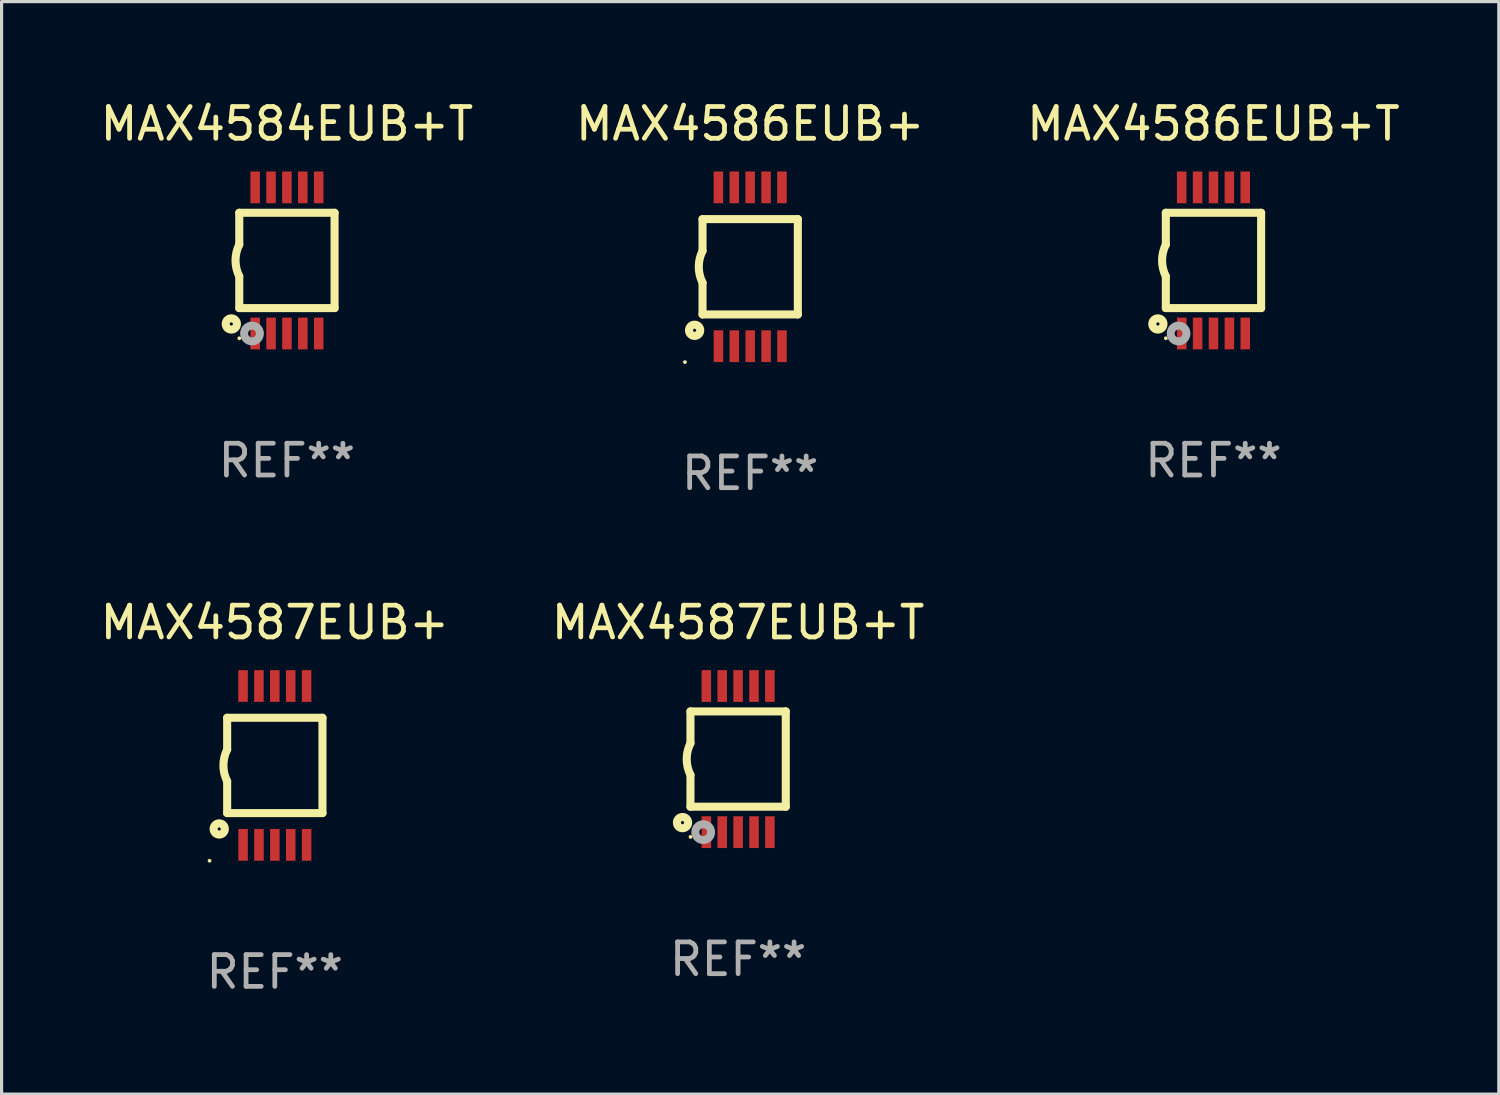
<source format=kicad_pcb>
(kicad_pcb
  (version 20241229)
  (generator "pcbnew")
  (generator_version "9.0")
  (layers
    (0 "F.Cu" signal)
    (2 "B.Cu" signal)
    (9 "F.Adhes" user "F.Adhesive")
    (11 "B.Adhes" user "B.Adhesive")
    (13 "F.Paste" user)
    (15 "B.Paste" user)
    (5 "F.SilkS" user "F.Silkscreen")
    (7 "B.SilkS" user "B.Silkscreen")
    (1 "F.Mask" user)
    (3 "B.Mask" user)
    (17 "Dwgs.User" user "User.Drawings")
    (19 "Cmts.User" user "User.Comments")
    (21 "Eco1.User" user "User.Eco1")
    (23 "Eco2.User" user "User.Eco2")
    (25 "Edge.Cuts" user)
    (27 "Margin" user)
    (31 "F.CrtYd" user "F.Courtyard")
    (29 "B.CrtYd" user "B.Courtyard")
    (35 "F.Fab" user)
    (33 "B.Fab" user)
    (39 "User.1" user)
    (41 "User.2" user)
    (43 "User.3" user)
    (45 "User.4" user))
  (footprint "MAX4587EUB+"
    (layer "F.Cu")
    (at 5.601 21.045)
    (property "Reference" "MAX4587EUB+" (at 0 -4.5 0) (layer "F.SilkS") (effects (font (size 1 1) (thickness 0.15))))
    (attr through_hole)
    (fp_line (start -1.5 -1.5) (end -1.5 -0.5) (stroke (width 0.254) (type solid)) (layer "F.SilkS"))
    (fp_line (start -1.5 1.5) (end -1.5 0.5) (stroke (width 0.254) (type solid)) (layer "F.SilkS"))
    (fp_line (start -1.5 1.5) (end 1.5 1.5) (stroke (width 0.254) (type solid)) (layer "F.SilkS"))
    (fp_line (start 1.5 1.5) (end 1.5 -1.5) (stroke (width 0.254) (type solid)) (layer "F.SilkS"))
    (fp_line (start 1.5 -1.5) (end -1.5 -1.5) (stroke (width 0.254) (type solid)) (layer "F.SilkS"))
    (fp_arc (start -1.500165 0.499873) (mid -1.618199 -0.000127) (end -1.500165 -0.500127) (stroke (width 0.254001) (type solid)) (layer "F.SilkS"))
    (fp_circle (center -2.054 3) (end -2.024 3) (stroke (width 0.06) (type solid)) (fill no) (layer "F.SilkS"))
    (fp_circle (center -1.75 2) (end -1.573 2) (stroke (width 0.254) (type solid)) (fill no) (layer "F.SilkS"))
    (fp_text user "REF**" (at 0 6.5 0) (layer "F.Fab") (effects (font (size 1 1) (thickness 0.15))))
    (pad "1" smd rect (at -0.999 2.5 180) (size 0.3 1) (layers "F.Cu" "F.Mask" "F.Paste"))
    (pad "2" smd rect (at -0.499 2.5 180) (size 0.3 1) (layers "F.Cu" "F.Mask" "F.Paste"))
    (pad "3" smd rect (at 0.001 2.5 180) (size 0.3 1) (layers "F.Cu" "F.Mask" "F.Paste"))
    (pad "4" smd rect (at 0.501 2.5 180) (size 0.3 1) (layers "F.Cu" "F.Mask" "F.Paste"))
    (pad "5" smd rect (at 1.001 2.5 180) (size 0.3 1) (layers "F.Cu" "F.Mask" "F.Paste"))
    (pad "6" smd rect (at 1 -2.5 180) (size 0.3 1) (layers "F.Cu" "F.Mask" "F.Paste"))
    (pad "7" smd rect (at 0.5 -2.5 180) (size 0.3 1) (layers "F.Cu" "F.Mask" "F.Paste"))
    (pad "8" smd rect (at -0.000165 -2.5 180) (size 0.3 1) (layers "F.Cu" "F.Mask" "F.Paste"))
    (pad "9" smd rect (at -0.5 -2.5 180) (size 0.3 1) (layers "F.Cu" "F.Mask" "F.Paste"))
    (pad "10" smd rect (at -1 -2.5 180) (size 0.3 1) (layers "F.Cu" "F.Mask" "F.Paste")))
  (footprint "MAX4586EUB+T"
    (layer "F.Cu")
    (at 35.149 5.148)
    (property "Reference" "MAX4586EUB+T" (at 0 -4.3 0) (layer "F.SilkS") (effects (font (size 1 1) (thickness 0.15))))
    (attr through_hole)
    (fp_line (start -1.5 -1.5) (end -1.5 -0.5) (stroke (width 0.254) (type solid)) (layer "F.SilkS"))
    (fp_line (start -1.5 1.5) (end -1.5 0.5) (stroke (width 0.254) (type solid)) (layer "F.SilkS"))
    (fp_line (start -1.5 1.5) (end 1.5 1.5) (stroke (width 0.254) (type solid)) (layer "F.SilkS"))
    (fp_line (start 1.5 1.5) (end 1.5 -1.5) (stroke (width 0.254) (type solid)) (layer "F.SilkS"))
    (fp_line (start 1.5 -1.5) (end -1.5 -1.5) (stroke (width 0.254) (type solid)) (layer "F.SilkS"))
    (fp_arc (start -1.500165 0.5) (mid -1.618199 0) (end -1.500165 -0.5) (stroke (width 0.254001) (type solid)) (layer "F.SilkS"))
    (fp_circle (center -1.75 2) (end -1.573 2) (stroke (width 0.254) (type solid)) (fill no) (layer "F.SilkS"))
    (fp_circle (center -1.499 2.45) (end -1.469 2.45) (stroke (width 0.06) (type solid)) (fill no) (layer "F.SilkS"))
    (fp_circle (center -1.099 2.3) (end -0.975 2.3) (stroke (width 0.25) (type solid)) (fill no) (layer "F.Fab"))
    (fp_text user "REF**" (at 0 6.3 0) (layer "F.Fab") (effects (font (size 1 1) (thickness 0.15))))
    (pad "1" smd rect (at -0.999 2.3 180) (size 0.3 1) (layers "F.Cu" "F.Mask" "F.Paste"))
    (pad "2" smd rect (at -0.499 2.3 180) (size 0.3 1) (layers "F.Cu" "F.Mask" "F.Paste"))
    (pad "3" smd rect (at 0.001 2.3 180) (size 0.3 1) (layers "F.Cu" "F.Mask" "F.Paste"))
    (pad "4" smd rect (at 0.501 2.3 180) (size 0.3 1) (layers "F.Cu" "F.Mask" "F.Paste"))
    (pad "5" smd rect (at 1.001 2.3 180) (size 0.3 1) (layers "F.Cu" "F.Mask" "F.Paste"))
    (pad "6" smd rect (at 1 -2.3 180) (size 0.3 1) (layers "F.Cu" "F.Mask" "F.Paste"))
    (pad "7" smd rect (at 0.5 -2.3 180) (size 0.3 1) (layers "F.Cu" "F.Mask" "F.Paste"))
    (pad "8" smd rect (at -0.000165 -2.3 180) (size 0.3 1) (layers "F.Cu" "F.Mask" "F.Paste"))
    (pad "9" smd rect (at -0.5 -2.3 180) (size 0.3 1) (layers "F.Cu" "F.Mask" "F.Paste"))
    (pad "10" smd rect (at -1 -2.3 180) (size 0.3 1) (layers "F.Cu" "F.Mask" "F.Paste")))
  (footprint "MAX4587EUB+T"
    (layer "F.Cu")
    (at 20.185 20.845)
    (property "Reference" "MAX4587EUB+T" (at 0 -4.3 0) (layer "F.SilkS") (effects (font (size 1 1) (thickness 0.15))))
    (attr through_hole)
    (fp_line (start -1.5 -1.5) (end -1.5 -0.5) (stroke (width 0.254) (type solid)) (layer "F.SilkS"))
    (fp_line (start -1.5 1.5) (end -1.5 0.5) (stroke (width 0.254) (type solid)) (layer "F.SilkS"))
    (fp_line (start -1.5 1.5) (end 1.5 1.5) (stroke (width 0.254) (type solid)) (layer "F.SilkS"))
    (fp_line (start 1.5 1.5) (end 1.5 -1.5) (stroke (width 0.254) (type solid)) (layer "F.SilkS"))
    (fp_line (start 1.5 -1.5) (end -1.5 -1.5) (stroke (width 0.254) (type solid)) (layer "F.SilkS"))
    (fp_arc (start -1.500165 0.5) (mid -1.618199 0) (end -1.500165 -0.5) (stroke (width 0.254001) (type solid)) (layer "F.SilkS"))
    (fp_circle (center -1.75 2) (end -1.573 2) (stroke (width 0.254) (type solid)) (fill no) (layer "F.SilkS"))
    (fp_circle (center -1.499 2.45) (end -1.469 2.45) (stroke (width 0.06) (type solid)) (fill no) (layer "F.SilkS"))
    (fp_circle (center -1.099 2.3) (end -0.975 2.3) (stroke (width 0.25) (type solid)) (fill no) (layer "F.Fab"))
    (fp_text user "REF**" (at 0 6.3 0) (layer "F.Fab") (effects (font (size 1 1) (thickness 0.15))))
    (pad "1" smd rect (at -0.999 2.3 180) (size 0.3 1) (layers "F.Cu" "F.Mask" "F.Paste"))
    (pad "2" smd rect (at -0.499 2.3 180) (size 0.3 1) (layers "F.Cu" "F.Mask" "F.Paste"))
    (pad "3" smd rect (at 0.001 2.3 180) (size 0.3 1) (layers "F.Cu" "F.Mask" "F.Paste"))
    (pad "4" smd rect (at 0.501 2.3 180) (size 0.3 1) (layers "F.Cu" "F.Mask" "F.Paste"))
    (pad "5" smd rect (at 1.001 2.3 180) (size 0.3 1) (layers "F.Cu" "F.Mask" "F.Paste"))
    (pad "6" smd rect (at 1 -2.3 180) (size 0.3 1) (layers "F.Cu" "F.Mask" "F.Paste"))
    (pad "7" smd rect (at 0.5 -2.3 180) (size 0.3 1) (layers "F.Cu" "F.Mask" "F.Paste"))
    (pad "8" smd rect (at -0.000165 -2.3 180) (size 0.3 1) (layers "F.Cu" "F.Mask" "F.Paste"))
    (pad "9" smd rect (at -0.5 -2.3 180) (size 0.3 1) (layers "F.Cu" "F.Mask" "F.Paste"))
    (pad "10" smd rect (at -1 -2.3 180) (size 0.3 1) (layers "F.Cu" "F.Mask" "F.Paste")))
  (footprint "MAX4584EUB+T"
    (layer "F.Cu")
    (at 5.982 5.148)
    (property "Reference" "MAX4584EUB+T" (at 0 -4.3 0) (layer "F.SilkS") (effects (font (size 1 1) (thickness 0.15))))
    (attr through_hole)
    (fp_line (start -1.5 -1.5) (end -1.5 -0.5) (stroke (width 0.254) (type solid)) (layer "F.SilkS"))
    (fp_line (start -1.5 1.5) (end -1.5 0.5) (stroke (width 0.254) (type solid)) (layer "F.SilkS"))
    (fp_line (start -1.5 1.5) (end 1.5 1.5) (stroke (width 0.254) (type solid)) (layer "F.SilkS"))
    (fp_line (start 1.5 1.5) (end 1.5 -1.5) (stroke (width 0.254) (type solid)) (layer "F.SilkS"))
    (fp_line (start 1.5 -1.5) (end -1.5 -1.5) (stroke (width 0.254) (type solid)) (layer "F.SilkS"))
    (fp_arc (start -1.500165 0.5) (mid -1.618199 0) (end -1.500165 -0.5) (stroke (width 0.254001) (type solid)) (layer "F.SilkS"))
    (fp_circle (center -1.75 2) (end -1.573 2) (stroke (width 0.254) (type solid)) (fill no) (layer "F.SilkS"))
    (fp_circle (center -1.499 2.45) (end -1.469 2.45) (stroke (width 0.06) (type solid)) (fill no) (layer "F.SilkS"))
    (fp_circle (center -1.099 2.3) (end -0.975 2.3) (stroke (width 0.25) (type solid)) (fill no) (layer "F.Fab"))
    (fp_text user "REF**" (at 0 6.3 0) (layer "F.Fab") (effects (font (size 1 1) (thickness 0.15))))
    (pad "1" smd rect (at -0.999 2.3 180) (size 0.3 1) (layers "F.Cu" "F.Mask" "F.Paste"))
    (pad "2" smd rect (at -0.499 2.3 180) (size 0.3 1) (layers "F.Cu" "F.Mask" "F.Paste"))
    (pad "3" smd rect (at 0.001 2.3 180) (size 0.3 1) (layers "F.Cu" "F.Mask" "F.Paste"))
    (pad "4" smd rect (at 0.501 2.3 180) (size 0.3 1) (layers "F.Cu" "F.Mask" "F.Paste"))
    (pad "5" smd rect (at 1.001 2.3 180) (size 0.3 1) (layers "F.Cu" "F.Mask" "F.Paste"))
    (pad "6" smd rect (at 1 -2.3 180) (size 0.3 1) (layers "F.Cu" "F.Mask" "F.Paste"))
    (pad "7" smd rect (at 0.5 -2.3 180) (size 0.3 1) (layers "F.Cu" "F.Mask" "F.Paste"))
    (pad "8" smd rect (at -0.000165 -2.3 180) (size 0.3 1) (layers "F.Cu" "F.Mask" "F.Paste"))
    (pad "9" smd rect (at -0.5 -2.3 180) (size 0.3 1) (layers "F.Cu" "F.Mask" "F.Paste"))
    (pad "10" smd rect (at -1 -2.3 180) (size 0.3 1) (layers "F.Cu" "F.Mask" "F.Paste")))
  (footprint "MAX4586EUB+"
    (layer "F.Cu")
    (at 20.565 5.348)
    (property "Reference" "MAX4586EUB+" (at 0 -4.5 0) (layer "F.SilkS") (effects (font (size 1 1) (thickness 0.15))))
    (attr through_hole)
    (fp_line (start -1.5 -1.5) (end -1.5 -0.5) (stroke (width 0.254) (type solid)) (layer "F.SilkS"))
    (fp_line (start -1.5 1.5) (end -1.5 0.5) (stroke (width 0.254) (type solid)) (layer "F.SilkS"))
    (fp_line (start -1.5 1.5) (end 1.5 1.5) (stroke (width 0.254) (type solid)) (layer "F.SilkS"))
    (fp_line (start 1.5 1.5) (end 1.5 -1.5) (stroke (width 0.254) (type solid)) (layer "F.SilkS"))
    (fp_line (start 1.5 -1.5) (end -1.5 -1.5) (stroke (width 0.254) (type solid)) (layer "F.SilkS"))
    (fp_arc (start -1.500165 0.499873) (mid -1.618199 -0.000127) (end -1.500165 -0.500127) (stroke (width 0.254001) (type solid)) (layer "F.SilkS"))
    (fp_circle (center -2.054 3) (end -2.024 3) (stroke (width 0.06) (type solid)) (fill no) (layer "F.SilkS"))
    (fp_circle (center -1.75 2) (end -1.573 2) (stroke (width 0.254) (type solid)) (fill no) (layer "F.SilkS"))
    (fp_text user "REF**" (at 0 6.5 0) (layer "F.Fab") (effects (font (size 1 1) (thickness 0.15))))
    (pad "1" smd rect (at -0.999 2.5 180) (size 0.3 1) (layers "F.Cu" "F.Mask" "F.Paste"))
    (pad "2" smd rect (at -0.499 2.5 180) (size 0.3 1) (layers "F.Cu" "F.Mask" "F.Paste"))
    (pad "3" smd rect (at 0.001 2.5 180) (size 0.3 1) (layers "F.Cu" "F.Mask" "F.Paste"))
    (pad "4" smd rect (at 0.501 2.5 180) (size 0.3 1) (layers "F.Cu" "F.Mask" "F.Paste"))
    (pad "5" smd rect (at 1.001 2.5 180) (size 0.3 1) (layers "F.Cu" "F.Mask" "F.Paste"))
    (pad "6" smd rect (at 1 -2.5 180) (size 0.3 1) (layers "F.Cu" "F.Mask" "F.Paste"))
    (pad "7" smd rect (at 0.5 -2.5 180) (size 0.3 1) (layers "F.Cu" "F.Mask" "F.Paste"))
    (pad "8" smd rect (at -0.000165 -2.5 180) (size 0.3 1) (layers "F.Cu" "F.Mask" "F.Paste"))
    (pad "9" smd rect (at -0.5 -2.5 180) (size 0.3 1) (layers "F.Cu" "F.Mask" "F.Paste"))
    (pad "10" smd rect (at -1 -2.5 180) (size 0.3 1) (layers "F.Cu" "F.Mask" "F.Paste")))
  (gr_rect
    (start -3 -3)
    (end 44.131 31.393)
    (stroke (width 0.1) (type default))
    (fill no)
    (layer "Edge.Cuts")))
</source>
